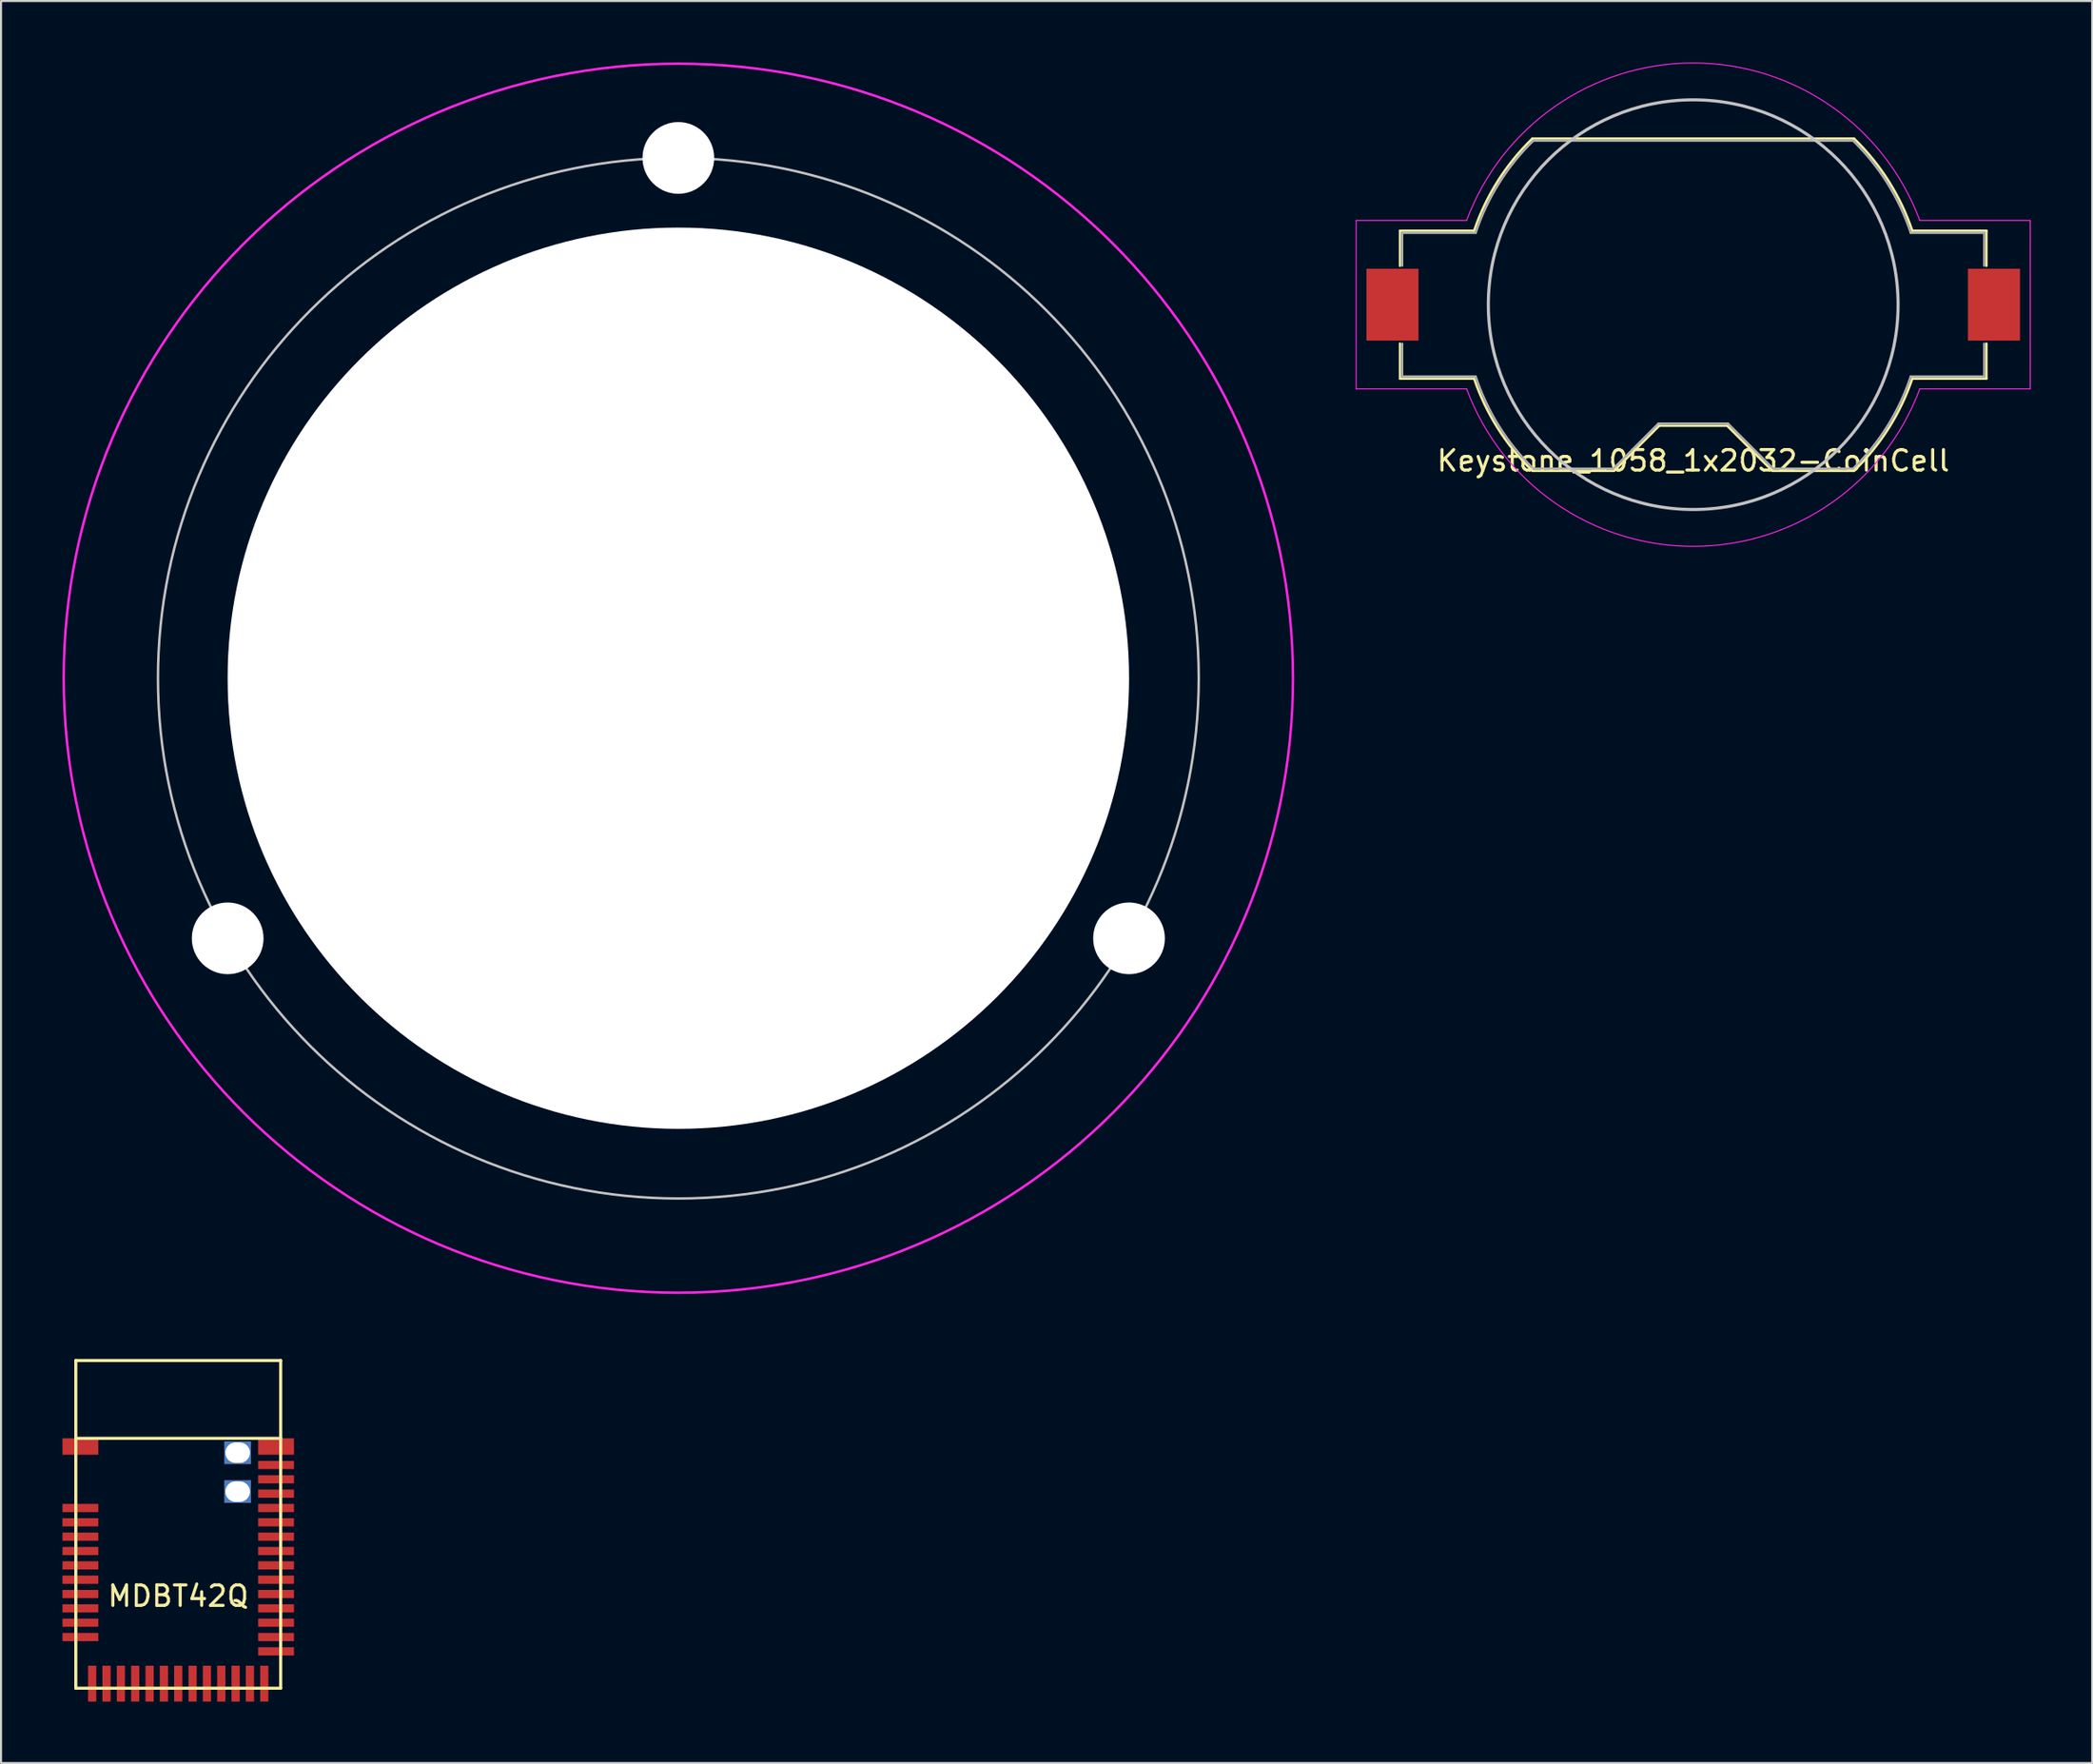
<source format=kicad_pcb>
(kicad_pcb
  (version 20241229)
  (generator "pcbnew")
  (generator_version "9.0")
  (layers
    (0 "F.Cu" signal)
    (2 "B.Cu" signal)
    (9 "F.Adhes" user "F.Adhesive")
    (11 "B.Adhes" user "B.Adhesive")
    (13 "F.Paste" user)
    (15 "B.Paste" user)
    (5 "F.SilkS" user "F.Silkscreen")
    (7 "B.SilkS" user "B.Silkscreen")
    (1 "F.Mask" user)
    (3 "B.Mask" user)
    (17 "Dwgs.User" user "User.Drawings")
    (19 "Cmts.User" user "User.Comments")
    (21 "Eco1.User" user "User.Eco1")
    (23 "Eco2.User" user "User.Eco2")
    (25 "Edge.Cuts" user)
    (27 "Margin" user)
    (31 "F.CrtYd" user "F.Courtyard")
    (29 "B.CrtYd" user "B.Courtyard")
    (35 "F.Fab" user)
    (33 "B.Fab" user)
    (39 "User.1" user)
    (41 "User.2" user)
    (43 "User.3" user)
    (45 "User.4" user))
  (footprint "Keystone_1058_1x2032-CoinCell"
    (layer "F.Cu")
    (at 79.595 11.824)
    (property "Reference" "Keystone_1058_1x2032-CoinCell" (at 0 7.62 0) (layer "F.SilkS") (effects (font (size 1 1) (thickness 0.15))))
    (attr smd)
    (fp_line (start -14.31 -3.61) (end -10.692 -3.61) (stroke (width 0.12) (type solid)) (layer "F.SilkS"))
    (fp_line (start -14.31 -1.9) (end -14.31 -3.61) (stroke (width 0.12) (type solid)) (layer "F.SilkS"))
    (fp_line (start -14.31 1.9) (end -14.31 3.61) (stroke (width 0.12) (type solid)) (layer "F.SilkS"))
    (fp_line (start -10.692 3.61) (end -14.31 3.61) (stroke (width 0.12) (type solid)) (layer "F.SilkS"))
    (fp_line (start -7.847 -8.11) (end 7.847 -8.11) (stroke (width 0.12) (type solid)) (layer "F.SilkS"))
    (fp_line (start -3.86 8.11) (end -7.847 8.11) (stroke (width 0.12) (type solid)) (layer "F.SilkS"))
    (fp_line (start -1.66 5.91) (end -3.86 8.11) (stroke (width 0.12) (type solid)) (layer "F.SilkS"))
    (fp_line (start 1.66 5.91) (end -1.66 5.91) (stroke (width 0.12) (type solid)) (layer "F.SilkS"))
    (fp_line (start 1.66 5.91) (end 3.86 8.11) (stroke (width 0.12) (type solid)) (layer "F.SilkS"))
    (fp_line (start 7.847 8.11) (end 3.86 8.11) (stroke (width 0.12) (type solid)) (layer "F.SilkS"))
    (fp_line (start 10.692 -3.61) (end 14.31 -3.61) (stroke (width 0.12) (type solid)) (layer "F.SilkS"))
    (fp_line (start 14.31 -1.9) (end 14.31 -3.61) (stroke (width 0.12) (type solid)) (layer "F.SilkS"))
    (fp_line (start 14.31 1.9) (end 14.31 3.61) (stroke (width 0.12) (type solid)) (layer "F.SilkS"))
    (fp_line (start 14.31 3.61) (end 10.692 3.61) (stroke (width 0.12) (type solid)) (layer "F.SilkS"))
    (fp_arc (start -10.692 -3.61) (mid -9.538084 -6.031244) (end -7.845371 -8.111789) (stroke (width 0.12) (type solid)) (layer "F.SilkS"))
    (fp_arc (start -7.845371 8.111789) (mid -9.538085 6.031244) (end -10.692 3.61) (stroke (width 0.12) (type solid)) (layer "F.SilkS"))
    (fp_arc (start 7.845371 -8.111789) (mid 9.538085 -6.031244) (end 10.692 -3.61) (stroke (width 0.12) (type solid)) (layer "F.SilkS"))
    (fp_arc (start 10.692 3.61) (mid 9.538084 6.031244) (end 7.845371 8.111789) (stroke (width 0.12) (type solid)) (layer "F.SilkS"))
    (fp_circle (center 0 0) (end 10 0) (stroke (width 0.15) (type solid)) (fill no) (layer "Dwgs.User"))
    (fp_line (start -16.45 -4.11) (end -16.45 4.11) (stroke (width 0.05) (type solid)) (layer "F.CrtYd"))
    (fp_line (start -16.45 -4.11) (end -11.06 -4.11) (stroke (width 0.05) (type solid)) (layer "F.CrtYd"))
    (fp_line (start -16.45 4.11) (end -11.06 4.11) (stroke (width 0.05) (type solid)) (layer "F.CrtYd"))
    (fp_line (start 11.06 4.11) (end 16.45 4.11) (stroke (width 0.05) (type solid)) (layer "F.CrtYd"))
    (fp_line (start 16.45 -4.11) (end 11.06 -4.11) (stroke (width 0.05) (type solid)) (layer "F.CrtYd"))
    (fp_line (start 16.45 4.11) (end 16.45 -4.11) (stroke (width 0.05) (type solid)) (layer "F.CrtYd"))
    (fp_arc (start -11.06 -4.11) (mid -0.002978 -11.79897) (end 11.057924 -4.115582) (stroke (width 0.05) (type solid)) (layer "F.CrtYd"))
    (fp_arc (start 11.06 4.11) (mid 0.002978 11.79897) (end -11.057924 4.115582) (stroke (width 0.05) (type solid)) (layer "F.CrtYd"))
    (fp_line (start -14.2 -3.5) (end -14.2 -1.9) (stroke (width 0.1) (type solid)) (layer "F.Fab"))
    (fp_line (start -14.2 -3.5) (end -10.613 -3.5) (stroke (width 0.1) (type solid)) (layer "F.Fab"))
    (fp_line (start -14.2 1.9) (end -14.2 3.5) (stroke (width 0.1) (type solid)) (layer "F.Fab"))
    (fp_line (start -14.2 3.5) (end -10.613 3.5) (stroke (width 0.1) (type solid)) (layer "F.Fab"))
    (fp_line (start -7.803 -8) (end 7.803 -8) (stroke (width 0.1) (type solid)) (layer "F.Fab"))
    (fp_line (start -3.9 8) (end -7.803 8) (stroke (width 0.1) (type solid)) (layer "F.Fab"))
    (fp_line (start -1.7 5.8) (end -3.9 8) (stroke (width 0.1) (type solid)) (layer "F.Fab"))
    (fp_line (start -1.7 5.8) (end 1.7 5.8) (stroke (width 0.1) (type solid)) (layer "F.Fab"))
    (fp_line (start 1.7 5.8) (end 3.9 8) (stroke (width 0.1) (type solid)) (layer "F.Fab"))
    (fp_line (start 3.9 8) (end 7.803 8) (stroke (width 0.1) (type solid)) (layer "F.Fab"))
    (fp_line (start 10.613 -3.5) (end 14.2 -3.5) (stroke (width 0.1) (type solid)) (layer "F.Fab"))
    (fp_line (start 14.2 -3.5) (end 14.2 -1.9) (stroke (width 0.1) (type solid)) (layer "F.Fab"))
    (fp_line (start 14.2 1.9) (end 14.2 3.5) (stroke (width 0.1) (type solid)) (layer "F.Fab"))
    (fp_line (start 14.2 3.5) (end 10.613 3.5) (stroke (width 0.1) (type solid)) (layer "F.Fab"))
    (fp_arc (start -10.61275 -3.5) (mid -9.478596 -5.919179) (end -7.802602 -7.999992) (stroke (width 0.1) (type solid)) (layer "F.Fab"))
    (fp_arc (start -7.802602 7.999992) (mid -9.478596 5.91918) (end -10.61275 3.5) (stroke (width 0.1) (type solid)) (layer "F.Fab"))
    (fp_arc (start 7.802602 -7.999992) (mid 9.478596 -5.91918) (end 10.61275 -3.5) (stroke (width 0.1) (type solid)) (layer "F.Fab"))
    (fp_arc (start 10.61275 3.5) (mid 9.478596 5.919179) (end 7.802602 7.999992) (stroke (width 0.1) (type solid)) (layer "F.Fab"))
    (pad "1" smd rect (at -14.68 0) (size 2.54 3.51) (layers "F.Cu" "F.Mask" "F.Paste"))
    (pad "2" smd rect (at 14.68 0) (size 2.54 3.51) (layers "F.Cu" "F.Mask" "F.Paste")))
  (footprint "MDBT42Q"
    (layer "F.Cu")
    (at 5.65 63.37)
    (property "Reference" "MDBT42Q" (at 0 11.5 0) (layer "F.SilkS") (effects (font (size 1 1) (thickness 0.15))))
    (attr through_hole)
    (fp_line (start -5 0) (end 5 0) (stroke (width 0.15) (type solid)) (layer "F.SilkS"))
    (fp_line (start -5 3.8) (end 5 3.8) (stroke (width 0.15) (type solid)) (layer "F.SilkS"))
    (fp_line (start -5 16) (end -5 0) (stroke (width 0.15) (type solid)) (layer "F.SilkS"))
    (fp_line (start 5 0) (end 5 16) (stroke (width 0.15) (type solid)) (layer "F.SilkS"))
    (fp_line (start 5 16) (end -5 16) (stroke (width 0.15) (type solid)) (layer "F.SilkS"))
    (pad "1" smd rect (at -4.775 4.2) (size 1.75 0.8) (layers "F.Cu" "F.Mask" "F.Paste"))
    (pad "2" smd rect (at -4.775 7.2) (size 1.75 0.4) (layers "F.Cu" "F.Mask" "F.Paste"))
    (pad "3" smd rect (at -4.775 7.9) (size 1.75 0.4) (layers "F.Cu" "F.Mask" "F.Paste"))
    (pad "4" smd rect (at -4.775 8.6) (size 1.75 0.4) (layers "F.Cu" "F.Mask" "F.Paste"))
    (pad "5" smd rect (at -4.775 9.3) (size 1.75 0.4) (layers "F.Cu" "F.Mask" "F.Paste"))
    (pad "6" smd rect (at -4.775 10) (size 1.75 0.4) (layers "F.Cu" "F.Mask" "F.Paste"))
    (pad "7" smd rect (at -4.775 10.7) (size 1.75 0.4) (layers "F.Cu" "F.Mask" "F.Paste"))
    (pad "8" smd rect (at -4.775 11.4) (size 1.75 0.4) (layers "F.Cu" "F.Mask" "F.Paste"))
    (pad "9" smd rect (at -4.775 12.1) (size 1.75 0.4) (layers "F.Cu" "F.Mask" "F.Paste"))
    (pad "10" smd rect (at -4.775 12.8) (size 1.75 0.4) (layers "F.Cu" "F.Mask" "F.Paste"))
    (pad "11" smd rect (at -4.775 13.5) (size 1.75 0.4) (layers "F.Cu" "F.Mask" "F.Paste"))
    (pad "12" smd rect (at -4.2 15.775) (size 0.4 1.75) (layers "F.Cu" "F.Mask" "F.Paste"))
    (pad "13" smd rect (at -3.5 15.775) (size 0.4 1.75) (layers "F.Cu" "F.Mask" "F.Paste"))
    (pad "14" smd rect (at -2.8 15.775) (size 0.4 1.75) (layers "F.Cu" "F.Mask" "F.Paste"))
    (pad "15" smd rect (at -2.1 15.775) (size 0.4 1.75) (layers "F.Cu" "F.Mask" "F.Paste"))
    (pad "16" smd rect (at -1.4 15.775) (size 0.4 1.75) (layers "F.Cu" "F.Mask" "F.Paste"))
    (pad "17" smd rect (at -0.7 15.775) (size 0.4 1.75) (layers "F.Cu" "F.Mask" "F.Paste"))
    (pad "18" smd rect (at 0 15.775) (size 0.4 1.75) (layers "F.Cu" "F.Mask" "F.Paste"))
    (pad "19" smd rect (at 0.7 15.775) (size 0.4 1.75) (layers "F.Cu" "F.Mask" "F.Paste"))
    (pad "20" smd rect (at 1.4 15.775) (size 0.4 1.75) (layers "F.Cu" "F.Mask" "F.Paste"))
    (pad "21" smd rect (at 2.1 15.775) (size 0.4 1.75) (layers "F.Cu" "F.Mask" "F.Paste"))
    (pad "22" smd rect (at 2.8 15.775) (size 0.4 1.75) (layers "F.Cu" "F.Mask" "F.Paste"))
    (pad "23" smd rect (at 3.5 15.775) (size 0.4 1.75) (layers "F.Cu" "F.Mask" "F.Paste"))
    (pad "24" smd rect (at 4.2 15.775) (size 0.4 1.75) (layers "F.Cu" "F.Mask" "F.Paste"))
    (pad "25" smd rect (at 4.775 14.2) (size 1.75 0.4) (layers "F.Cu" "F.Mask" "F.Paste"))
    (pad "26" smd rect (at 4.775 13.5) (size 1.75 0.4) (layers "F.Cu" "F.Mask" "F.Paste"))
    (pad "27" smd rect (at 4.775 12.8) (size 1.75 0.4) (layers "F.Cu" "F.Mask" "F.Paste"))
    (pad "28" smd rect (at 4.775 12.1) (size 1.75 0.4) (layers "F.Cu" "F.Mask" "F.Paste"))
    (pad "29" smd rect (at 4.775 11.4) (size 1.75 0.4) (layers "F.Cu" "F.Mask" "F.Paste"))
    (pad "30" smd rect (at 4.775 10.7) (size 1.75 0.4) (layers "F.Cu" "F.Mask" "F.Paste"))
    (pad "31" smd rect (at 4.775 10) (size 1.75 0.4) (layers "F.Cu" "F.Mask" "F.Paste"))
    (pad "32" smd rect (at 4.775 9.3) (size 1.75 0.4) (layers "F.Cu" "F.Mask" "F.Paste"))
    (pad "33" smd rect (at 4.775 8.6) (size 1.75 0.4) (layers "F.Cu" "F.Mask" "F.Paste"))
    (pad "34" smd rect (at 4.775 7.9) (size 1.75 0.4) (layers "F.Cu" "F.Mask" "F.Paste"))
    (pad "35" smd rect (at 4.775 7.2) (size 1.75 0.4) (layers "F.Cu" "F.Mask" "F.Paste"))
    (pad "36" smd rect (at 4.775 6.5) (size 1.75 0.4) (layers "F.Cu" "F.Mask" "F.Paste"))
    (pad "37" smd rect (at 4.775 5.8) (size 1.75 0.4) (layers "F.Cu" "F.Mask" "F.Paste"))
    (pad "38" smd rect (at 4.775 5.1) (size 1.75 0.4) (layers "F.Cu" "F.Mask" "F.Paste"))
    (pad "39" smd rect (at 4.775 4.2) (size 1.75 0.8) (layers "F.Cu" "F.Mask" "F.Paste"))
    (pad "40" thru_hole rect (at 2.9 4.5) (size 1.3 1.1) (drill oval 1.2 1) (layers "*.Cu" "*.Mask"))
    (pad "41" thru_hole rect (at 2.9 6.4) (size 1.3 1.1) (drill oval 1.2 1) (layers "*.Cu" "*.Mask")))
  (footprint "CNC_Encoder"
    (layer "F.Cu")
    (at 30.06 30.06)
    (property "Reference" "CNC_Encoder" (at 0 0.5 0) (layer "F.SilkS") (effects (font (size 1 1) (thickness 0.15))))
    (attr through_hole)
    (fp_circle (center 0 0) (end 25.4 0) (stroke (width 0.12) (type solid)) (fill no) (layer "Dwgs.User"))
    (fp_circle (center 0 0) (end 30 0) (stroke (width 0.12) (type solid)) (fill no) (layer "F.CrtYd"))
    (pad "" np_thru_hole circle (at -21.997 12.7) (size 3.5 3.5) (drill 3.5) (layers "*.Cu" "*.Mask"))
    (pad "" np_thru_hole circle (at 0 -25.4) (size 3.5 3.5) (drill 3.5) (layers "*.Cu" "*.Mask"))
    (pad "" np_thru_hole circle (at 0 0) (size 44 44) (drill 44) (layers "*.Cu" "*.Mask"))
    (pad "" np_thru_hole circle (at 21.997 12.7) (size 3.5 3.5) (drill 3.5) (layers "*.Cu" "*.Mask")))
  (gr_rect
    (start -3 -3)
    (end 99.07 83.02)
    (stroke (width 0.1) (type default))
    (fill no)
    (layer "Edge.Cuts")))
</source>
